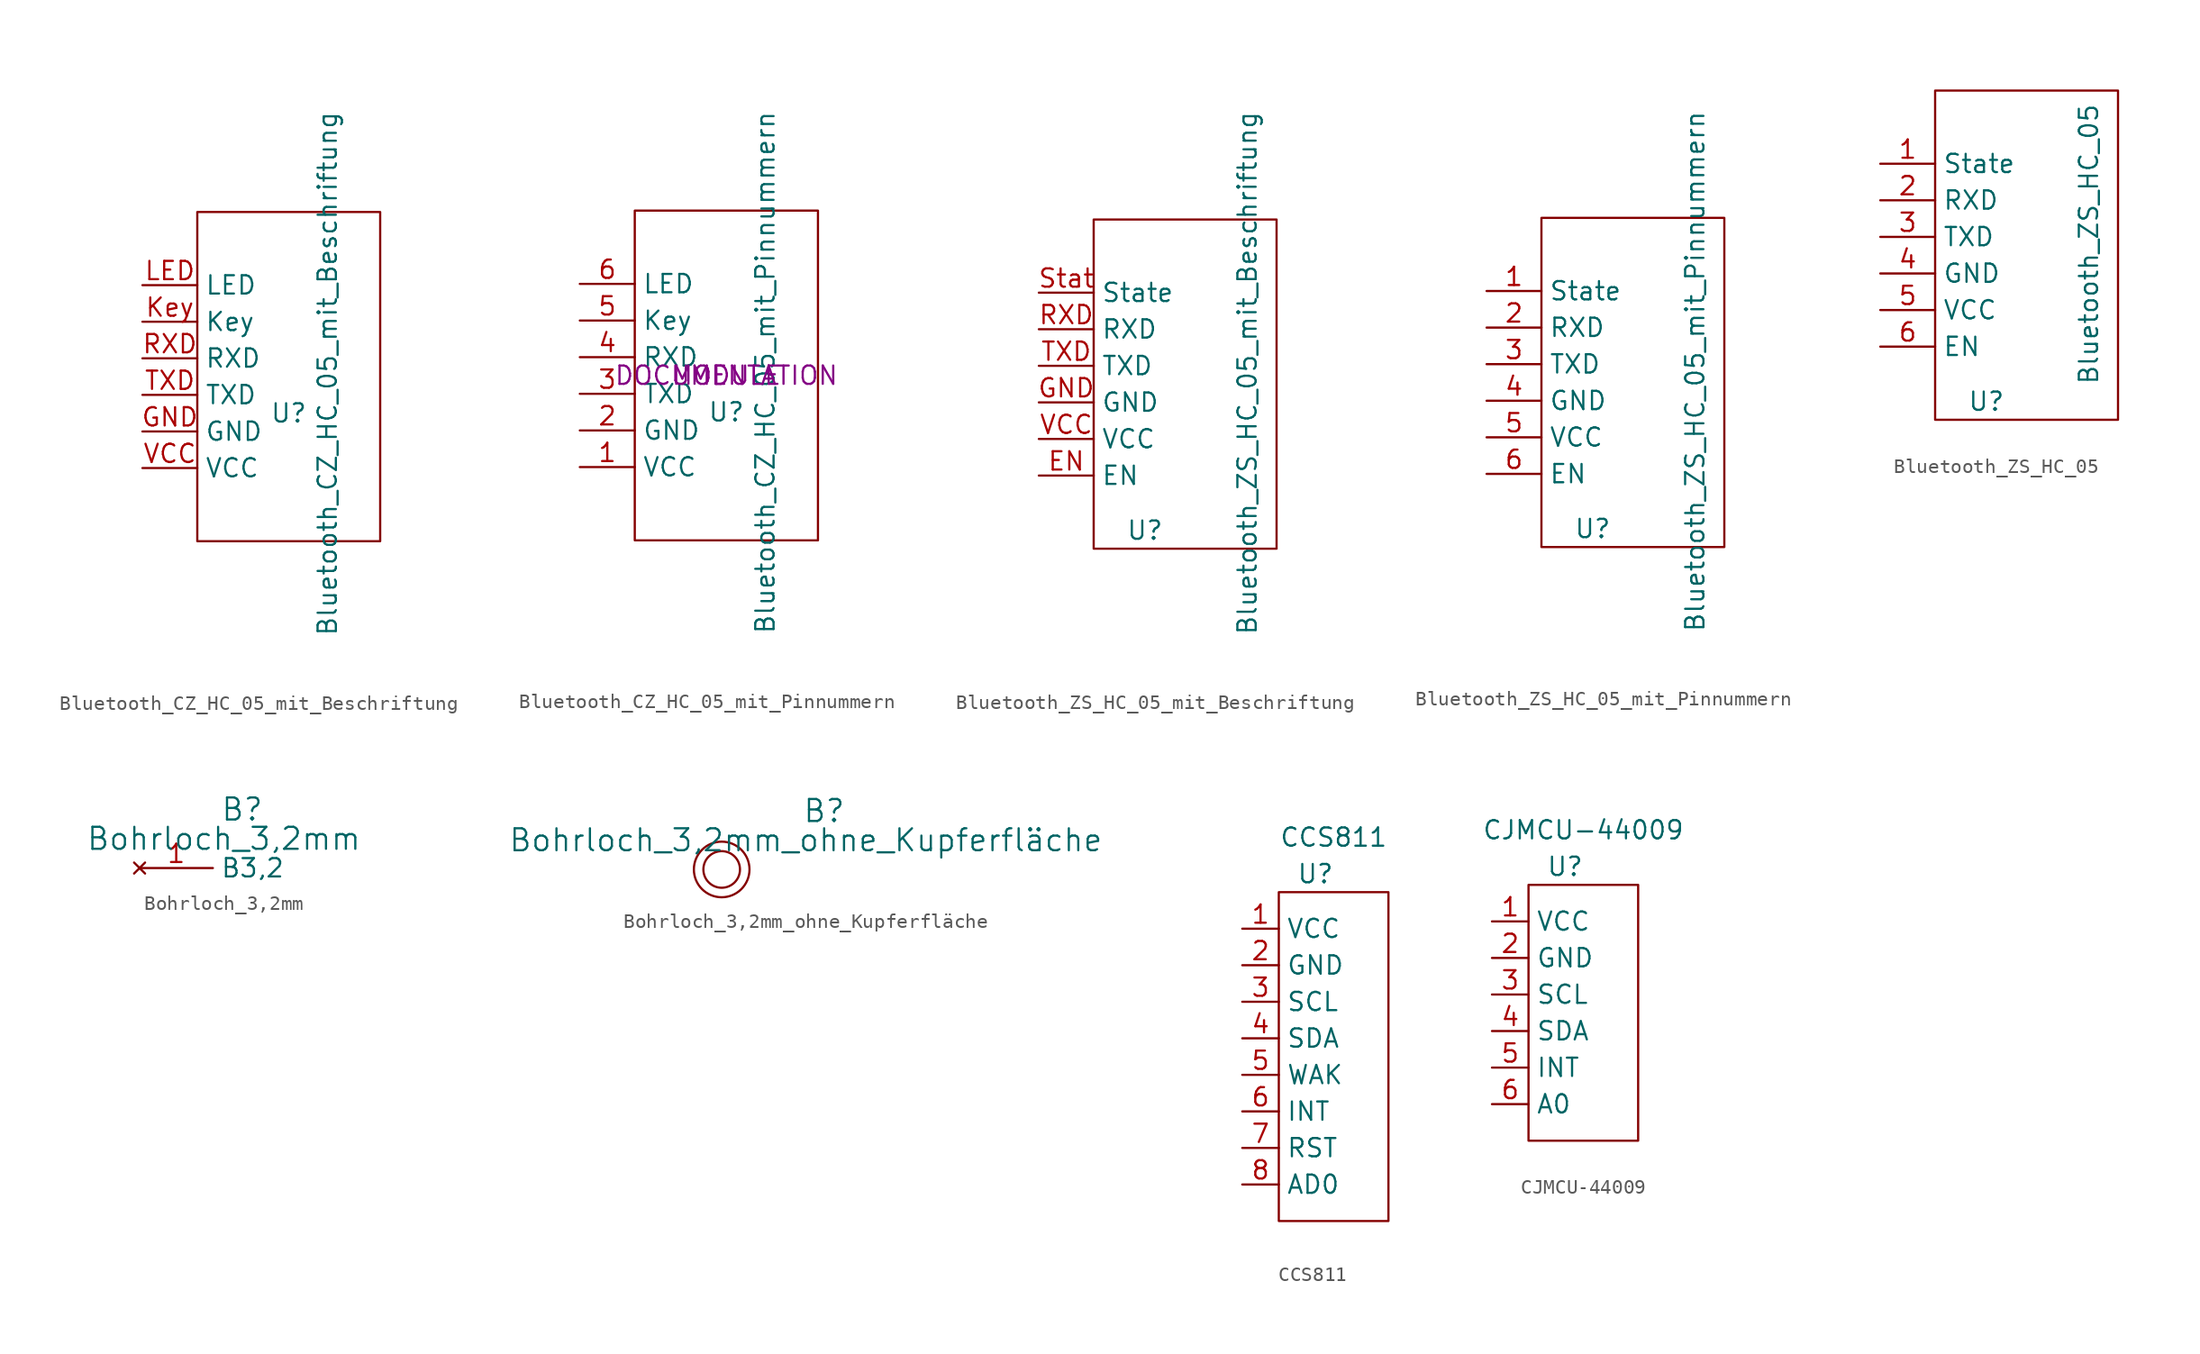
<source format=kicad_sym>
(kicad_symbol_lib
  (version 20201005)
  (generator kicad_symbol_editor)
  (symbol "Zimprich_neu:Bluetooth_CZ_HC_05_mit_Beschriftung"
    (property "Reference" "U"
      (at 0 -2.54 0)
      (effects (font (size 1.27 1.27))))
    (property "Value" "Bluetooth_CZ_HC_05_mit_Beschriftung"
      (at 2.692 0.203 90)
      (effects (font (size 1.27 1.27))))
    (symbol "Bluetooth_CZ_HC_05_mit_Beschriftung_1_0"
      (rectangle (start -6.35 -11.43) (end 6.35 11.43) (stroke (width 0)) (fill (type none))))
    (symbol "Bluetooth_CZ_HC_05_mit_Beschriftung_1_1"
      (pin power_out line (at -10.16 -3.81 0) (length 3.81) (name "GND" (effects (font (size 1.27 1.27)))) (number "GND" (effects (font (size 1.27 1.27)))))
      (pin input line (at -10.16 3.81 0) (length 3.81) (name "Key" (effects (font (size 1.27 1.27)))) (number "Key" (effects (font (size 1.27 1.27)))))
      (pin output line (at -10.16 6.35 0) (length 3.81) (name "LED" (effects (font (size 1.27 1.27)))) (number "LED" (effects (font (size 1.27 1.27)))))
      (pin input line (at -10.16 1.27 0) (length 3.81) (name "RXD" (effects (font (size 1.27 1.27)))) (number "RXD" (effects (font (size 1.27 1.27)))))
      (pin output line (at -10.16 -1.27 0) (length 3.81) (name "TXD" (effects (font (size 1.27 1.27)))) (number "TXD" (effects (font (size 1.27 1.27)))))
      (pin power_in line (at -10.16 -6.35 0) (length 3.81) (name "VCC" (effects (font (size 1.27 1.27)))) (number "VCC" (effects (font (size 1.27 1.27)))))))
  (symbol "Zimprich_neu:Bluetooth_CZ_HC_05_mit_Pinnummern"
    (property "Reference" "U"
      (at 0 -2.54 0)
      (effects (font (size 1.27 1.27))))
    (property "Value" "Bluetooth_CZ_HC_05_mit_Pinnummern"
      (at 2.692 0.203 90)
      (effects (font (size 1.27 1.27))))
    (property "Footprint" "MODULE"
      (at 0 0 0)
      (effects (font (size 1.27 1.27))))
    (property "Datasheet" "DOCUMENTATION"
      (at 0 0 0)
      (effects (font (size 1.27 1.27))))
    (symbol "Bluetooth_CZ_HC_05_mit_Pinnummern_1_0"
      (rectangle (start -6.35 -11.43) (end 6.35 11.43) (stroke (width 0)) (fill (type none))))
    (symbol "Bluetooth_CZ_HC_05_mit_Pinnummern_1_1"
      (pin power_in line (at -10.16 -6.35 0) (length 3.81) (name "VCC" (effects (font (size 1.27 1.27)))) (number "1" (effects (font (size 1.27 1.27)))))
      (pin power_out line (at -10.16 -3.81 0) (length 3.81) (name "GND" (effects (font (size 1.27 1.27)))) (number "2" (effects (font (size 1.27 1.27)))))
      (pin output line (at -10.16 -1.27 0) (length 3.81) (name "TXD" (effects (font (size 1.27 1.27)))) (number "3" (effects (font (size 1.27 1.27)))))
      (pin input line (at -10.16 1.27 0) (length 3.81) (name "RXD" (effects (font (size 1.27 1.27)))) (number "4" (effects (font (size 1.27 1.27)))))
      (pin input line (at -10.16 3.81 0) (length 3.81) (name "Key" (effects (font (size 1.27 1.27)))) (number "5" (effects (font (size 1.27 1.27)))))
      (pin output line (at -10.16 6.35 0) (length 3.81) (name "LED" (effects (font (size 1.27 1.27)))) (number "6" (effects (font (size 1.27 1.27)))))))
  (symbol "Zimprich_neu:Bluetooth_ZS_HC_05_mit_Beschriftung"
    (property "Reference" "U"
      (at -2.794 -10.16 0)
      (effects (font (size 1.27 1.27))))
    (property "Value" "Bluetooth_ZS_HC_05_mit_Beschriftung"
      (at 4.318 0.762 90)
      (effects (font (size 1.27 1.27))))
    (symbol "Bluetooth_ZS_HC_05_mit_Beschriftung_1_0"
      (rectangle (start -6.35 -11.43) (end 6.35 11.43) (stroke (width 0)) (fill (type none))))
    (symbol "Bluetooth_ZS_HC_05_mit_Beschriftung_1_1"
      (pin input line (at -10.16 -6.35 0) (length 3.81) (name "EN" (effects (font (size 1.27 1.27)))) (number "EN" (effects (font (size 1.27 1.27)))))
      (pin power_out line (at -10.16 -1.27 0) (length 3.81) (name "GND" (effects (font (size 1.27 1.27)))) (number "GND" (effects (font (size 1.27 1.27)))))
      (pin input line (at -10.16 3.81 0) (length 3.81) (name "RXD" (effects (font (size 1.27 1.27)))) (number "RXD" (effects (font (size 1.27 1.27)))))
      (pin output line (at -10.16 6.35 0) (length 3.81) (name "State" (effects (font (size 1.27 1.27)))) (number "Stat" (effects (font (size 1.27 1.27)))))
      (pin output line (at -10.16 1.27 0) (length 3.81) (name "TXD" (effects (font (size 1.27 1.27)))) (number "TXD" (effects (font (size 1.27 1.27)))))
      (pin power_in line (at -10.16 -3.81 0) (length 3.81) (name "VCC" (effects (font (size 1.27 1.27)))) (number "VCC" (effects (font (size 1.27 1.27)))))))
  (symbol "Zimprich_neu:Bluetooth_ZS_HC_05_mit_Pinnummern"
    (property "Reference" "U"
      (at -2.794 -10.16 0)
      (effects (font (size 1.27 1.27))))
    (property "Value" "Bluetooth_ZS_HC_05_mit_Pinnummern"
      (at 4.318 0.762 90)
      (effects (font (size 1.27 1.27))))
    (symbol "Bluetooth_ZS_HC_05_mit_Pinnummern_1_0"
      (rectangle (start -6.35 -11.43) (end 6.35 11.43) (stroke (width 0)) (fill (type none))))
    (symbol "Bluetooth_ZS_HC_05_mit_Pinnummern_1_1"
      (pin output line (at -10.16 6.35 0) (length 3.81) (name "State" (effects (font (size 1.27 1.27)))) (number "1" (effects (font (size 1.27 1.27)))))
      (pin input line (at -10.16 3.81 0) (length 3.81) (name "RXD" (effects (font (size 1.27 1.27)))) (number "2" (effects (font (size 1.27 1.27)))))
      (pin output line (at -10.16 1.27 0) (length 3.81) (name "TXD" (effects (font (size 1.27 1.27)))) (number "3" (effects (font (size 1.27 1.27)))))
      (pin power_out line (at -10.16 -1.27 0) (length 3.81) (name "GND" (effects (font (size 1.27 1.27)))) (number "4" (effects (font (size 1.27 1.27)))))
      (pin power_in line (at -10.16 -3.81 0) (length 3.81) (name "VCC" (effects (font (size 1.27 1.27)))) (number "5" (effects (font (size 1.27 1.27)))))
      (pin input line (at -10.16 -6.35 0) (length 3.81) (name "EN" (effects (font (size 1.27 1.27)))) (number "6" (effects (font (size 1.27 1.27)))))))
  (symbol "Zimprich_neu:Bluetooth_ZS_HC_05"
    (property "Reference" "U"
      (at -2.794 -10.16 0)
      (effects (font (size 1.27 1.27))))
    (property "Value" "Bluetooth_ZS_HC_05"
      (at 4.318 0.762 90)
      (effects (font (size 1.27 1.27))))
    (symbol "Bluetooth_ZS_HC_05_1_0"
      (rectangle (start -6.35 -11.43) (end 6.35 11.43) (stroke (width 0)) (fill (type none))))
    (symbol "Bluetooth_ZS_HC_05_1_1"
      (pin output line (at -10.16 6.35 0) (length 3.81) (name "State" (effects (font (size 1.27 1.27)))) (number "1" (effects (font (size 1.27 1.27)))))
      (pin input line (at -10.16 3.81 0) (length 3.81) (name "RXD" (effects (font (size 1.27 1.27)))) (number "2" (effects (font (size 1.27 1.27)))))
      (pin output line (at -10.16 1.27 0) (length 3.81) (name "TXD" (effects (font (size 1.27 1.27)))) (number "3" (effects (font (size 1.27 1.27)))))
      (pin power_out line (at -10.16 -1.27 0) (length 3.81) (name "GND" (effects (font (size 1.27 1.27)))) (number "4" (effects (font (size 1.27 1.27)))))
      (pin power_in line (at -10.16 -3.81 0) (length 3.81) (name "VCC" (effects (font (size 1.27 1.27)))) (number "5" (effects (font (size 1.27 1.27)))))
      (pin input line (at -10.16 -6.35 0) (length 3.81) (name "EN" (effects (font (size 1.27 1.27)))) (number "6" (effects (font (size 1.27 1.27)))))))
  (symbol "Zimprich_neu:Bohrloch_3,2mm"
    (property "Reference" "B"
      (at 7.112 4.064 0)
      (effects (font (size 1.524 1.524))))
    (property "Value" "Bohrloch_3,2mm"
      (at 5.842 2.032 0)
      (effects (font (size 1.524 1.524))))
    (property "Footprint" ""
      (at 0 0 0)
      (effects (font (size 1.524 1.524))))
    (property "Datasheet" ""
      (at 0 0 0)
      (effects (font (size 1.524 1.524))))
    (symbol "Bohrloch_3,2mm_1_1"
      (pin unconnected line (at 0 0 0) (length 5.08) (name "B3,2" (effects (font (size 1.27 1.27)))) (number "1" (effects (font (size 1.27 1.27)))))))
  (symbol "Zimprich_neu:Bohrloch_3,2mm_ohne_Kupferfläche"
    (property "Reference" "B"
      (at 7.112 4.064 0)
      (effects (font (size 1.524 1.524))))
    (property "Value" "Bohrloch_3,2mm_ohne_Kupferfläche"
      (at 5.842 2.032 0)
      (effects (font (size 1.524 1.524))))
    (property "Footprint" ""
      (at 0 0 0)
      (effects (font (size 1.524 1.524))))
    (property "Datasheet" ""
      (at 0 0 0)
      (effects (font (size 1.524 1.524))))
    (symbol "Bohrloch_3,2mm_ohne_Kupferfläche_0_1"
      (circle (center 0 0) (radius 1.27) (stroke (width 0)) (fill (type none)))
      (circle (center 0 0) (radius 1.93) (stroke (width 0)) (fill (type none)))))
  (symbol "Zimprich_neu:CCS811"
    (property "Reference" "U"
      (at -1.27 11.43 0)
      (effects (font (size 1.27 1.27))))
    (property "Value" "CCS811"
      (at 0 13.97 0)
      (effects (font (size 1.27 1.27))))
    (symbol "CCS811_0_1"
      (rectangle (start -3.81 10.16) (end 3.81 -12.7) (stroke (width 0)) (fill (type none)))
      (pin input line (at -6.35 7.62 0) (length 2.54) (name "VCC" (effects (font (size 1.27 1.27)))) (number "1" (effects (font (size 1.27 1.27)))))
      (pin input line (at -6.35 5.08 0) (length 2.54) (name "GND" (effects (font (size 1.27 1.27)))) (number "2" (effects (font (size 1.27 1.27)))))
      (pin input line (at -6.35 2.54 0) (length 2.54) (name "SCL" (effects (font (size 1.27 1.27)))) (number "3" (effects (font (size 1.27 1.27)))))
      (pin input line (at -6.35 0 0) (length 2.54) (name "SDA" (effects (font (size 1.27 1.27)))) (number "4" (effects (font (size 1.27 1.27)))))
      (pin input line (at -6.35 -2.54 0) (length 2.54) (name "WAK" (effects (font (size 1.27 1.27)))) (number "5" (effects (font (size 1.27 1.27)))))
      (pin input line (at -6.35 -5.08 0) (length 2.54) (name "INT" (effects (font (size 1.27 1.27)))) (number "6" (effects (font (size 1.27 1.27)))))
      (pin input line (at -6.35 -7.62 0) (length 2.54) (name "RST" (effects (font (size 1.27 1.27)))) (number "7" (effects (font (size 1.27 1.27)))))
      (pin input line (at -6.35 -10.16 0) (length 2.54) (name "AD0" (effects (font (size 1.27 1.27)))) (number "8" (effects (font (size 1.27 1.27)))))))
  (symbol "Zimprich_neu:CJMCU-44009"
    (property "Reference" "U"
      (at -1.27 10.16 0)
      (effects (font (size 1.27 1.27))))
    (property "Value" "CJMCU-44009"
      (at 0 12.7 0)
      (effects (font (size 1.27 1.27))))
    (symbol "CJMCU-44009_0_1"
      (rectangle (start -3.81 8.89) (end 3.81 -8.89) (stroke (width 0)) (fill (type none)))
      (pin input line (at -6.35 6.35 0) (length 2.54) (name "VCC" (effects (font (size 1.27 1.27)))) (number "1" (effects (font (size 1.27 1.27)))))
      (pin input line (at -6.35 3.81 0) (length 2.54) (name "GND" (effects (font (size 1.27 1.27)))) (number "2" (effects (font (size 1.27 1.27)))))
      (pin input line (at -6.35 1.27 0) (length 2.54) (name "SCL" (effects (font (size 1.27 1.27)))) (number "3" (effects (font (size 1.27 1.27)))))
      (pin input line (at -6.35 -1.27 0) (length 2.54) (name "SDA" (effects (font (size 1.27 1.27)))) (number "4" (effects (font (size 1.27 1.27)))))
      (pin input line (at -6.35 -3.81 0) (length 2.54) (name "INT" (effects (font (size 1.27 1.27)))) (number "5" (effects (font (size 1.27 1.27)))))
      (pin input line (at -6.35 -6.35 0) (length 2.54) (name "A0" (effects (font (size 1.27 1.27)))) (number "6" (effects (font (size 1.27 1.27))))))))
</source>
